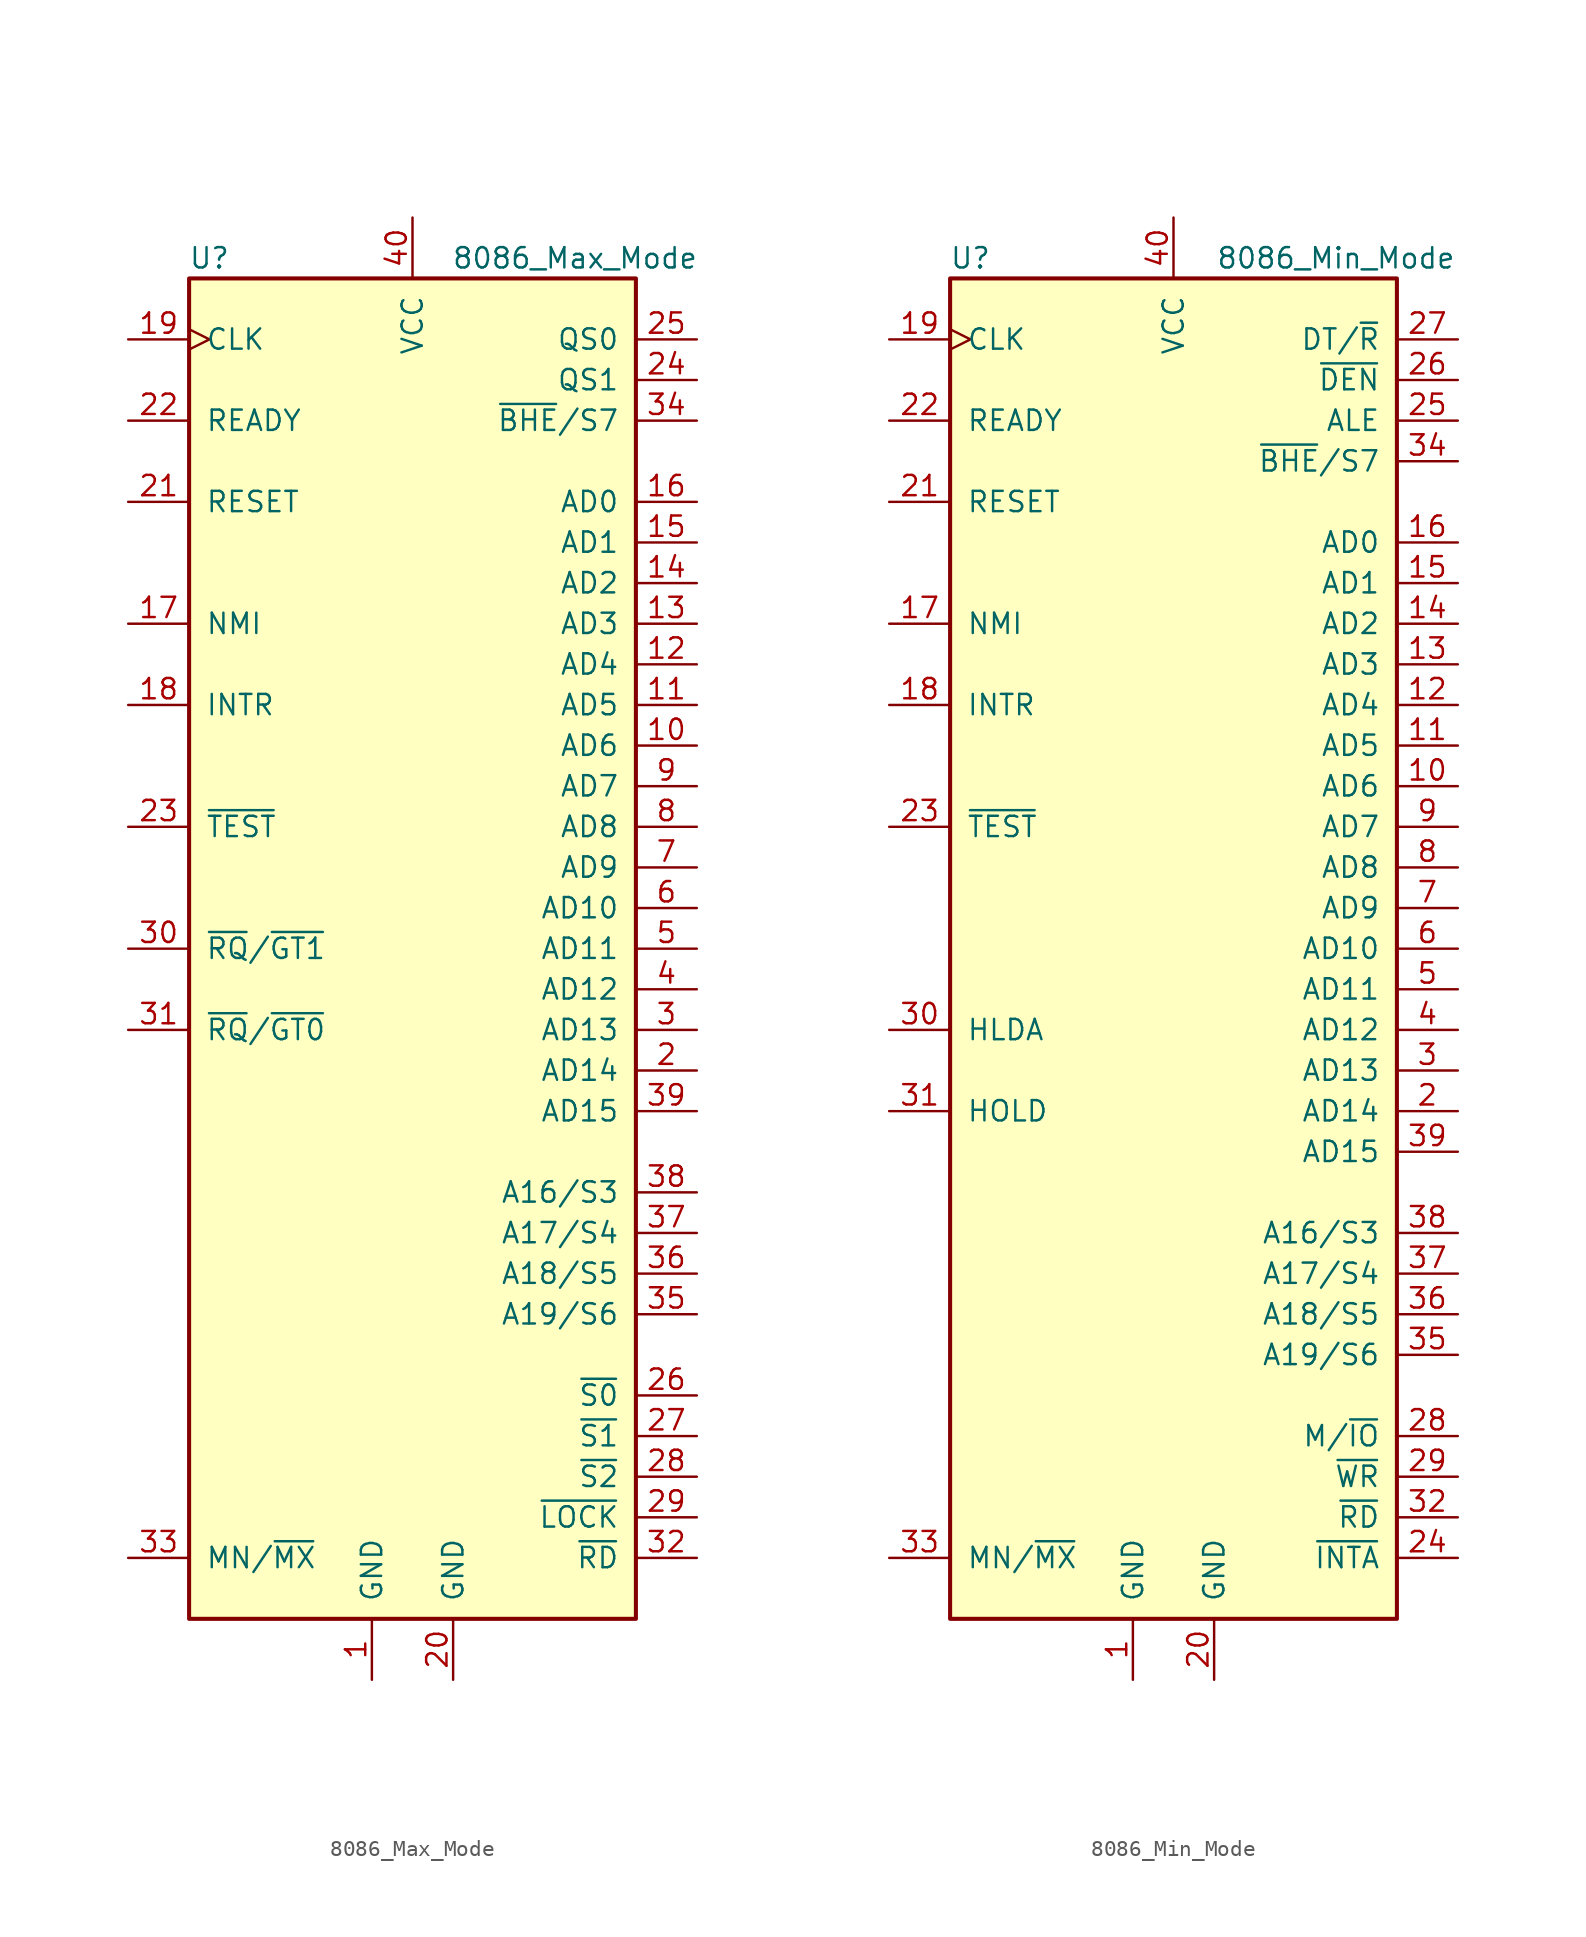
<source format=kicad_sym>
(kicad_symbol_lib
  (version 20201005)
  (generator kicad_symbol_editor)
  (symbol "MCU_Intel:8086_Max_Mode"
    (pin_names
      (offset 1.016))
    (property "Reference" "U"
      (at -12.7 43.18 0)
      (effects (font (size 1.27 1.27))))
    (property "Value" "8086_Max_Mode"
      (at 10.16 43.18 0)
      (effects (font (size 1.27 1.27))))
    (symbol "8086_Max_Mode_0_1"
      (rectangle (start 13.97 -41.91) (end -13.97 41.91) (stroke (width 0.254)) (fill (type background))))
    (symbol "8086_Max_Mode_1_1"
      (pin power_in line (at -2.54 -45.72 90) (length 3.81) (name "GND" (effects (font (size 1.27 1.27)))) (number "1" (effects (font (size 1.27 1.27)))))
      (pin bidirectional line (at 17.78 12.7 180) (length 3.81) (name "AD6" (effects (font (size 1.27 1.27)))) (number "10" (effects (font (size 1.27 1.27)))))
      (pin bidirectional line (at 17.78 15.24 180) (length 3.81) (name "AD5" (effects (font (size 1.27 1.27)))) (number "11" (effects (font (size 1.27 1.27)))))
      (pin bidirectional line (at 17.78 17.78 180) (length 3.81) (name "AD4" (effects (font (size 1.27 1.27)))) (number "12" (effects (font (size 1.27 1.27)))))
      (pin bidirectional line (at 17.78 20.32 180) (length 3.81) (name "AD3" (effects (font (size 1.27 1.27)))) (number "13" (effects (font (size 1.27 1.27)))))
      (pin bidirectional line (at 17.78 22.86 180) (length 3.81) (name "AD2" (effects (font (size 1.27 1.27)))) (number "14" (effects (font (size 1.27 1.27)))))
      (pin bidirectional line (at 17.78 25.4 180) (length 3.81) (name "AD1" (effects (font (size 1.27 1.27)))) (number "15" (effects (font (size 1.27 1.27)))))
      (pin bidirectional line (at 17.78 27.94 180) (length 3.81) (name "AD0" (effects (font (size 1.27 1.27)))) (number "16" (effects (font (size 1.27 1.27)))))
      (pin input line (at -17.78 20.32 0) (length 3.81) (name "NMI" (effects (font (size 1.27 1.27)))) (number "17" (effects (font (size 1.27 1.27)))))
      (pin input line (at -17.78 15.24 0) (length 3.81) (name "INTR" (effects (font (size 1.27 1.27)))) (number "18" (effects (font (size 1.27 1.27)))))
      (pin input clock (at -17.78 38.1 0) (length 3.81) (name "CLK" (effects (font (size 1.27 1.27)))) (number "19" (effects (font (size 1.27 1.27)))))
      (pin bidirectional line (at 17.78 -7.62 180) (length 3.81) (name "AD14" (effects (font (size 1.27 1.27)))) (number "2" (effects (font (size 1.27 1.27)))))
      (pin power_in line (at 2.54 -45.72 90) (length 3.81) (name "GND" (effects (font (size 1.27 1.27)))) (number "20" (effects (font (size 1.27 1.27)))))
      (pin input line (at -17.78 27.94 0) (length 3.81) (name "RESET" (effects (font (size 1.27 1.27)))) (number "21" (effects (font (size 1.27 1.27)))))
      (pin input line (at -17.78 33.02 0) (length 3.81) (name "READY" (effects (font (size 1.27 1.27)))) (number "22" (effects (font (size 1.27 1.27)))))
      (pin input line (at -17.78 7.62 0) (length 3.81) (name "~TEST~" (effects (font (size 1.27 1.27)))) (number "23" (effects (font (size 1.27 1.27)))))
      (pin output line (at 17.78 35.56 180) (length 3.81) (name "QS1" (effects (font (size 1.27 1.27)))) (number "24" (effects (font (size 1.27 1.27)))))
      (pin output line (at 17.78 38.1 180) (length 3.81) (name "QS0" (effects (font (size 1.27 1.27)))) (number "25" (effects (font (size 1.27 1.27)))))
      (pin output line (at 17.78 -27.94 180) (length 3.81) (name "~S0~" (effects (font (size 1.27 1.27)))) (number "26" (effects (font (size 1.27 1.27)))))
      (pin output line (at 17.78 -30.48 180) (length 3.81) (name "~S1~" (effects (font (size 1.27 1.27)))) (number "27" (effects (font (size 1.27 1.27)))))
      (pin output line (at 17.78 -33.02 180) (length 3.81) (name "~S2~" (effects (font (size 1.27 1.27)))) (number "28" (effects (font (size 1.27 1.27)))))
      (pin output line (at 17.78 -35.56 180) (length 3.81) (name "~LOCK~" (effects (font (size 1.27 1.27)))) (number "29" (effects (font (size 1.27 1.27)))))
      (pin bidirectional line (at 17.78 -5.08 180) (length 3.81) (name "AD13" (effects (font (size 1.27 1.27)))) (number "3" (effects (font (size 1.27 1.27)))))
      (pin bidirectional line (at -17.78 0 0) (length 3.81) (name "~RQ~/~GT1~" (effects (font (size 1.27 1.27)))) (number "30" (effects (font (size 1.27 1.27)))))
      (pin bidirectional line (at -17.78 -5.08 0) (length 3.81) (name "~RQ~/~GT0~" (effects (font (size 1.27 1.27)))) (number "31" (effects (font (size 1.27 1.27)))))
      (pin output line (at 17.78 -38.1 180) (length 3.81) (name "~RD~" (effects (font (size 1.27 1.27)))) (number "32" (effects (font (size 1.27 1.27)))))
      (pin input line (at -17.78 -38.1 0) (length 3.81) (name "MN/~MX~" (effects (font (size 1.27 1.27)))) (number "33" (effects (font (size 1.27 1.27)))))
      (pin output line (at 17.78 33.02 180) (length 3.81) (name "~BHE~/S7" (effects (font (size 1.27 1.27)))) (number "34" (effects (font (size 1.27 1.27)))))
      (pin output line (at 17.78 -22.86 180) (length 3.81) (name "A19/S6" (effects (font (size 1.27 1.27)))) (number "35" (effects (font (size 1.27 1.27)))))
      (pin output line (at 17.78 -20.32 180) (length 3.81) (name "A18/S5" (effects (font (size 1.27 1.27)))) (number "36" (effects (font (size 1.27 1.27)))))
      (pin output line (at 17.78 -17.78 180) (length 3.81) (name "A17/S4" (effects (font (size 1.27 1.27)))) (number "37" (effects (font (size 1.27 1.27)))))
      (pin output line (at 17.78 -15.24 180) (length 3.81) (name "A16/S3" (effects (font (size 1.27 1.27)))) (number "38" (effects (font (size 1.27 1.27)))))
      (pin bidirectional line (at 17.78 -10.16 180) (length 3.81) (name "AD15" (effects (font (size 1.27 1.27)))) (number "39" (effects (font (size 1.27 1.27)))))
      (pin bidirectional line (at 17.78 -2.54 180) (length 3.81) (name "AD12" (effects (font (size 1.27 1.27)))) (number "4" (effects (font (size 1.27 1.27)))))
      (pin power_in line (at 0 45.72 270) (length 3.81) (name "VCC" (effects (font (size 1.27 1.27)))) (number "40" (effects (font (size 1.27 1.27)))))
      (pin bidirectional line (at 17.78 0 180) (length 3.81) (name "AD11" (effects (font (size 1.27 1.27)))) (number "5" (effects (font (size 1.27 1.27)))))
      (pin bidirectional line (at 17.78 2.54 180) (length 3.81) (name "AD10" (effects (font (size 1.27 1.27)))) (number "6" (effects (font (size 1.27 1.27)))))
      (pin bidirectional line (at 17.78 5.08 180) (length 3.81) (name "AD9" (effects (font (size 1.27 1.27)))) (number "7" (effects (font (size 1.27 1.27)))))
      (pin bidirectional line (at 17.78 7.62 180) (length 3.81) (name "AD8" (effects (font (size 1.27 1.27)))) (number "8" (effects (font (size 1.27 1.27)))))
      (pin bidirectional line (at 17.78 10.16 180) (length 3.81) (name "AD7" (effects (font (size 1.27 1.27)))) (number "9" (effects (font (size 1.27 1.27)))))))
  (symbol "MCU_Intel:8086_Min_Mode"
    (pin_names
      (offset 1.016))
    (property "Reference" "U"
      (at -12.7 43.18 0)
      (effects (font (size 1.27 1.27))))
    (property "Value" "8086_Min_Mode"
      (at 10.16 43.18 0)
      (effects (font (size 1.27 1.27))))
    (symbol "8086_Min_Mode_0_1"
      (rectangle (start 13.97 -41.91) (end -13.97 41.91) (stroke (width 0.254)) (fill (type background))))
    (symbol "8086_Min_Mode_1_1"
      (pin power_in line (at -2.54 -45.72 90) (length 3.81) (name "GND" (effects (font (size 1.27 1.27)))) (number "1" (effects (font (size 1.27 1.27)))))
      (pin bidirectional line (at 17.78 10.16 180) (length 3.81) (name "AD6" (effects (font (size 1.27 1.27)))) (number "10" (effects (font (size 1.27 1.27)))))
      (pin bidirectional line (at 17.78 12.7 180) (length 3.81) (name "AD5" (effects (font (size 1.27 1.27)))) (number "11" (effects (font (size 1.27 1.27)))))
      (pin bidirectional line (at 17.78 15.24 180) (length 3.81) (name "AD4" (effects (font (size 1.27 1.27)))) (number "12" (effects (font (size 1.27 1.27)))))
      (pin bidirectional line (at 17.78 17.78 180) (length 3.81) (name "AD3" (effects (font (size 1.27 1.27)))) (number "13" (effects (font (size 1.27 1.27)))))
      (pin bidirectional line (at 17.78 20.32 180) (length 3.81) (name "AD2" (effects (font (size 1.27 1.27)))) (number "14" (effects (font (size 1.27 1.27)))))
      (pin bidirectional line (at 17.78 22.86 180) (length 3.81) (name "AD1" (effects (font (size 1.27 1.27)))) (number "15" (effects (font (size 1.27 1.27)))))
      (pin bidirectional line (at 17.78 25.4 180) (length 3.81) (name "AD0" (effects (font (size 1.27 1.27)))) (number "16" (effects (font (size 1.27 1.27)))))
      (pin input line (at -17.78 20.32 0) (length 3.81) (name "NMI" (effects (font (size 1.27 1.27)))) (number "17" (effects (font (size 1.27 1.27)))))
      (pin input line (at -17.78 15.24 0) (length 3.81) (name "INTR" (effects (font (size 1.27 1.27)))) (number "18" (effects (font (size 1.27 1.27)))))
      (pin input clock (at -17.78 38.1 0) (length 3.81) (name "CLK" (effects (font (size 1.27 1.27)))) (number "19" (effects (font (size 1.27 1.27)))))
      (pin bidirectional line (at 17.78 -10.16 180) (length 3.81) (name "AD14" (effects (font (size 1.27 1.27)))) (number "2" (effects (font (size 1.27 1.27)))))
      (pin power_in line (at 2.54 -45.72 90) (length 3.81) (name "GND" (effects (font (size 1.27 1.27)))) (number "20" (effects (font (size 1.27 1.27)))))
      (pin input line (at -17.78 27.94 0) (length 3.81) (name "RESET" (effects (font (size 1.27 1.27)))) (number "21" (effects (font (size 1.27 1.27)))))
      (pin input line (at -17.78 33.02 0) (length 3.81) (name "READY" (effects (font (size 1.27 1.27)))) (number "22" (effects (font (size 1.27 1.27)))))
      (pin input line (at -17.78 7.62 0) (length 3.81) (name "~TEST~" (effects (font (size 1.27 1.27)))) (number "23" (effects (font (size 1.27 1.27)))))
      (pin output line (at 17.78 -38.1 180) (length 3.81) (name "~INTA~" (effects (font (size 1.27 1.27)))) (number "24" (effects (font (size 1.27 1.27)))))
      (pin output line (at 17.78 33.02 180) (length 3.81) (name "ALE" (effects (font (size 1.27 1.27)))) (number "25" (effects (font (size 1.27 1.27)))))
      (pin output line (at 17.78 35.56 180) (length 3.81) (name "~DEN~" (effects (font (size 1.27 1.27)))) (number "26" (effects (font (size 1.27 1.27)))))
      (pin output line (at 17.78 38.1 180) (length 3.81) (name "DT/~R~" (effects (font (size 1.27 1.27)))) (number "27" (effects (font (size 1.27 1.27)))))
      (pin output line (at 17.78 -30.48 180) (length 3.81) (name "M/~IO~" (effects (font (size 1.27 1.27)))) (number "28" (effects (font (size 1.27 1.27)))))
      (pin output line (at 17.78 -33.02 180) (length 3.81) (name "~WR~" (effects (font (size 1.27 1.27)))) (number "29" (effects (font (size 1.27 1.27)))))
      (pin bidirectional line (at 17.78 -7.62 180) (length 3.81) (name "AD13" (effects (font (size 1.27 1.27)))) (number "3" (effects (font (size 1.27 1.27)))))
      (pin output line (at -17.78 -5.08 0) (length 3.81) (name "HLDA" (effects (font (size 1.27 1.27)))) (number "30" (effects (font (size 1.27 1.27)))))
      (pin input line (at -17.78 -10.16 0) (length 3.81) (name "HOLD" (effects (font (size 1.27 1.27)))) (number "31" (effects (font (size 1.27 1.27)))))
      (pin output line (at 17.78 -35.56 180) (length 3.81) (name "~RD~" (effects (font (size 1.27 1.27)))) (number "32" (effects (font (size 1.27 1.27)))))
      (pin input line (at -17.78 -38.1 0) (length 3.81) (name "MN/~MX~" (effects (font (size 1.27 1.27)))) (number "33" (effects (font (size 1.27 1.27)))))
      (pin output line (at 17.78 30.48 180) (length 3.81) (name "~BHE~/S7" (effects (font (size 1.27 1.27)))) (number "34" (effects (font (size 1.27 1.27)))))
      (pin output line (at 17.78 -25.4 180) (length 3.81) (name "A19/S6" (effects (font (size 1.27 1.27)))) (number "35" (effects (font (size 1.27 1.27)))))
      (pin output line (at 17.78 -22.86 180) (length 3.81) (name "A18/S5" (effects (font (size 1.27 1.27)))) (number "36" (effects (font (size 1.27 1.27)))))
      (pin output line (at 17.78 -20.32 180) (length 3.81) (name "A17/S4" (effects (font (size 1.27 1.27)))) (number "37" (effects (font (size 1.27 1.27)))))
      (pin output line (at 17.78 -17.78 180) (length 3.81) (name "A16/S3" (effects (font (size 1.27 1.27)))) (number "38" (effects (font (size 1.27 1.27)))))
      (pin bidirectional line (at 17.78 -12.7 180) (length 3.81) (name "AD15" (effects (font (size 1.27 1.27)))) (number "39" (effects (font (size 1.27 1.27)))))
      (pin bidirectional line (at 17.78 -5.08 180) (length 3.81) (name "AD12" (effects (font (size 1.27 1.27)))) (number "4" (effects (font (size 1.27 1.27)))))
      (pin power_in line (at 0 45.72 270) (length 3.81) (name "VCC" (effects (font (size 1.27 1.27)))) (number "40" (effects (font (size 1.27 1.27)))))
      (pin bidirectional line (at 17.78 -2.54 180) (length 3.81) (name "AD11" (effects (font (size 1.27 1.27)))) (number "5" (effects (font (size 1.27 1.27)))))
      (pin bidirectional line (at 17.78 0 180) (length 3.81) (name "AD10" (effects (font (size 1.27 1.27)))) (number "6" (effects (font (size 1.27 1.27)))))
      (pin bidirectional line (at 17.78 2.54 180) (length 3.81) (name "AD9" (effects (font (size 1.27 1.27)))) (number "7" (effects (font (size 1.27 1.27)))))
      (pin bidirectional line (at 17.78 5.08 180) (length 3.81) (name "AD8" (effects (font (size 1.27 1.27)))) (number "8" (effects (font (size 1.27 1.27)))))
      (pin bidirectional line (at 17.78 7.62 180) (length 3.81) (name "AD7" (effects (font (size 1.27 1.27)))) (number "9" (effects (font (size 1.27 1.27))))))))
</source>
